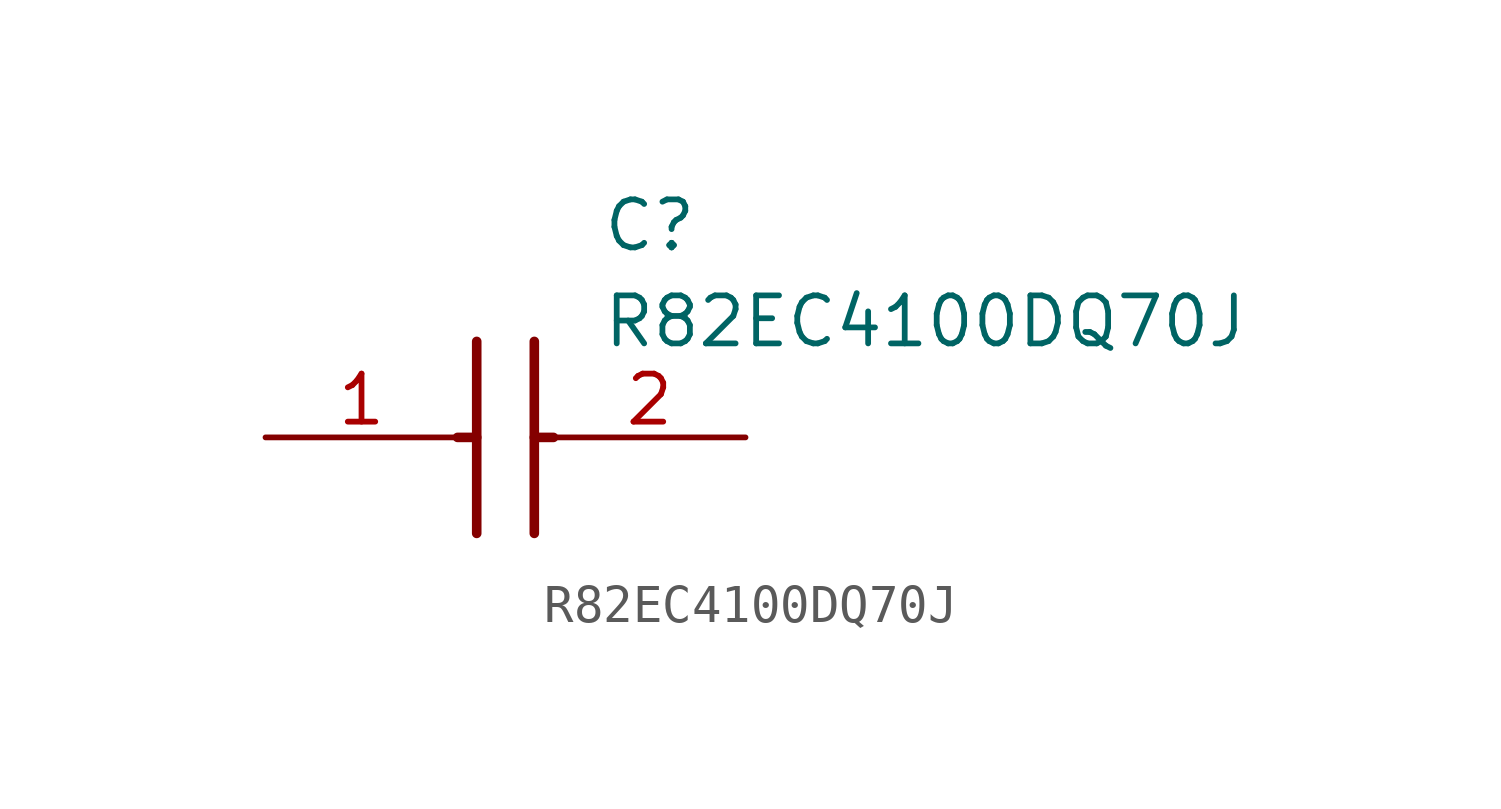
<source format=kicad_sym>
(kicad_symbol_lib
  (version 20211014)
  (generator SamacSys_ECAD_Model)
  (symbol "R82EC4100DQ70J"
    (pin_names hide)
    (property "Reference" "C"
      (at 8.89 6.35 0)
      (effects (font (size 1.27 1.27)) (justify left top)))
    (property "Value" "R82EC4100DQ70J"
      (at 8.89 3.81 0)
      (effects (font (size 1.27 1.27)) (justify left top)))
    (polyline
      (pts (xy 5.588 2.54) (xy 5.588 -2.54))
      (stroke (width 0.254) (type default))
      (fill (type none)))
    (polyline
      (pts (xy 7.112 2.54) (xy 7.112 -2.54))
      (stroke (width 0.254) (type default))
      (fill (type none)))
    (polyline
      (pts (xy 5.08 0) (xy 5.588 0))
      (stroke (width 0.254) (type default))
      (fill (type none)))
    (polyline
      (pts (xy 7.112 0) (xy 7.62 0))
      (stroke (width 0.254) (type default))
      (fill (type none)))
    (pin passive line
      (at 0 0 0)
      (length 5.08)
      (name "1" (effects (font (size 1.27 1.27))))
      (number "1" (effects (font (size 1.27 1.27)))))
    (pin passive line
      (at 12.7 0 180)
      (length 5.08)
      (name "2" (effects (font (size 1.27 1.27))))
      (number "2" (effects (font (size 1.27 1.27)))))))
</source>
